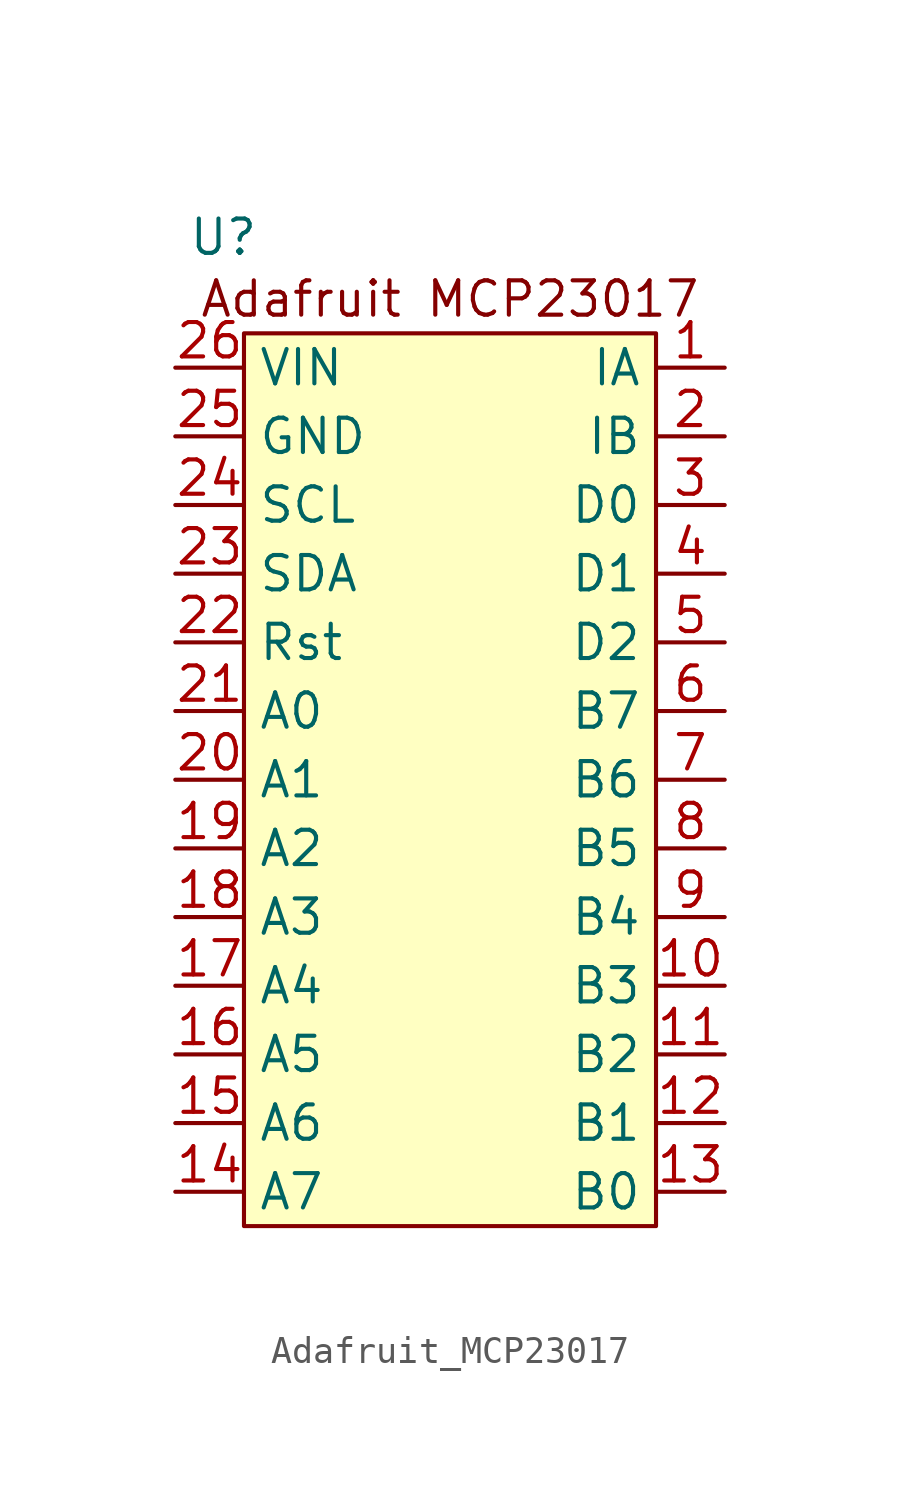
<source format=kicad_sym>
(kicad_symbol_lib
  (version 20241209)
  (generator "kicad_symbol_editor")
  (generator_version "9.0")
  (symbol "Adafruit_MCP23017"
    (property "Reference" "U"
      (at -0.762 1.016 0)
      (effects (font (size 1.27 1.27))))
    (property "Value" ""
      (at 0 0 0)
      (effects (font (size 1.27 1.27))))
    (symbol "Adafruit_MCP23017_0_1"
      (rectangle (start 0 -2.54) (end 15.24 -35.56) (stroke (width 0) (type default)) (fill (type color) (color 255 255 194 1))))
    (symbol "Adafruit_MCP23017_1_1"
      (text "Adafruit MCP23017" (at 7.62 -1.27 0) (effects (font (size 1.27 1.27))))
      (pin power_in line (at -2.54 -3.81 0) (length 2.54) (name "VIN" (effects (font (size 1.27 1.27)))) (number "26" (effects (font (size 1.27 1.27)))))
      (pin power_in line (at -2.54 -6.35 0) (length 2.54) (name "GND" (effects (font (size 1.27 1.27)))) (number "25" (effects (font (size 1.27 1.27)))))
      (pin input line (at -2.54 -8.89 0) (length 2.54) (name "SCL" (effects (font (size 1.27 1.27)))) (number "24" (effects (font (size 1.27 1.27)))))
      (pin input line (at -2.54 -11.43 0) (length 2.54) (name "SDA" (effects (font (size 1.27 1.27)))) (number "23" (effects (font (size 1.27 1.27)))))
      (pin input line (at -2.54 -13.97 0) (length 2.54) (name "Rst" (effects (font (size 1.27 1.27)))) (number "22" (effects (font (size 1.27 1.27)))))
      (pin bidirectional line (at -2.54 -16.51 0) (length 2.54) (name "A0" (effects (font (size 1.27 1.27)))) (number "21" (effects (font (size 1.27 1.27)))))
      (pin bidirectional line (at -2.54 -19.05 0) (length 2.54) (name "A1" (effects (font (size 1.27 1.27)))) (number "20" (effects (font (size 1.27 1.27)))))
      (pin bidirectional line (at -2.54 -21.59 0) (length 2.54) (name "A2" (effects (font (size 1.27 1.27)))) (number "19" (effects (font (size 1.27 1.27)))))
      (pin bidirectional line (at -2.54 -24.13 0) (length 2.54) (name "A3" (effects (font (size 1.27 1.27)))) (number "18" (effects (font (size 1.27 1.27)))))
      (pin bidirectional line (at -2.54 -26.67 0) (length 2.54) (name "A4" (effects (font (size 1.27 1.27)))) (number "17" (effects (font (size 1.27 1.27)))))
      (pin bidirectional line (at -2.54 -29.21 0) (length 2.54) (name "A5" (effects (font (size 1.27 1.27)))) (number "16" (effects (font (size 1.27 1.27)))))
      (pin bidirectional line (at -2.54 -31.75 0) (length 2.54) (name "A6" (effects (font (size 1.27 1.27)))) (number "15" (effects (font (size 1.27 1.27)))))
      (pin bidirectional line (at -2.54 -34.29 0) (length 2.54) (name "A7" (effects (font (size 1.27 1.27)))) (number "14" (effects (font (size 1.27 1.27)))))
      (pin input line (at 17.78 -3.81 180) (length 2.54) (name "IA" (effects (font (size 1.27 1.27)))) (number "1" (effects (font (size 1.27 1.27)))))
      (pin input line (at 17.78 -6.35 180) (length 2.54) (name "IB" (effects (font (size 1.27 1.27)))) (number "2" (effects (font (size 1.27 1.27)))))
      (pin input line (at 17.78 -8.89 180) (length 2.54) (name "D0" (effects (font (size 1.27 1.27)))) (number "3" (effects (font (size 1.27 1.27)))))
      (pin input line (at 17.78 -11.43 180) (length 2.54) (name "D1" (effects (font (size 1.27 1.27)))) (number "4" (effects (font (size 1.27 1.27)))))
      (pin input line (at 17.78 -13.97 180) (length 2.54) (name "D2" (effects (font (size 1.27 1.27)))) (number "5" (effects (font (size 1.27 1.27)))))
      (pin bidirectional line (at 17.78 -16.51 180) (length 2.54) (name "B7" (effects (font (size 1.27 1.27)))) (number "6" (effects (font (size 1.27 1.27)))))
      (pin bidirectional line (at 17.78 -19.05 180) (length 2.54) (name "B6" (effects (font (size 1.27 1.27)))) (number "7" (effects (font (size 1.27 1.27)))))
      (pin bidirectional line (at 17.78 -21.59 180) (length 2.54) (name "B5" (effects (font (size 1.27 1.27)))) (number "8" (effects (font (size 1.27 1.27)))))
      (pin bidirectional line (at 17.78 -24.13 180) (length 2.54) (name "B4" (effects (font (size 1.27 1.27)))) (number "9" (effects (font (size 1.27 1.27)))))
      (pin bidirectional line (at 17.78 -26.67 180) (length 2.54) (name "B3" (effects (font (size 1.27 1.27)))) (number "10" (effects (font (size 1.27 1.27)))))
      (pin bidirectional line (at 17.78 -29.21 180) (length 2.54) (name "B2" (effects (font (size 1.27 1.27)))) (number "11" (effects (font (size 1.27 1.27)))))
      (pin bidirectional line (at 17.78 -31.75 180) (length 2.54) (name "B1" (effects (font (size 1.27 1.27)))) (number "12" (effects (font (size 1.27 1.27)))))
      (pin bidirectional line (at 17.78 -34.29 180) (length 2.54) (name "B0" (effects (font (size 1.27 1.27)))) (number "13" (effects (font (size 1.27 1.27))))))))
</source>
